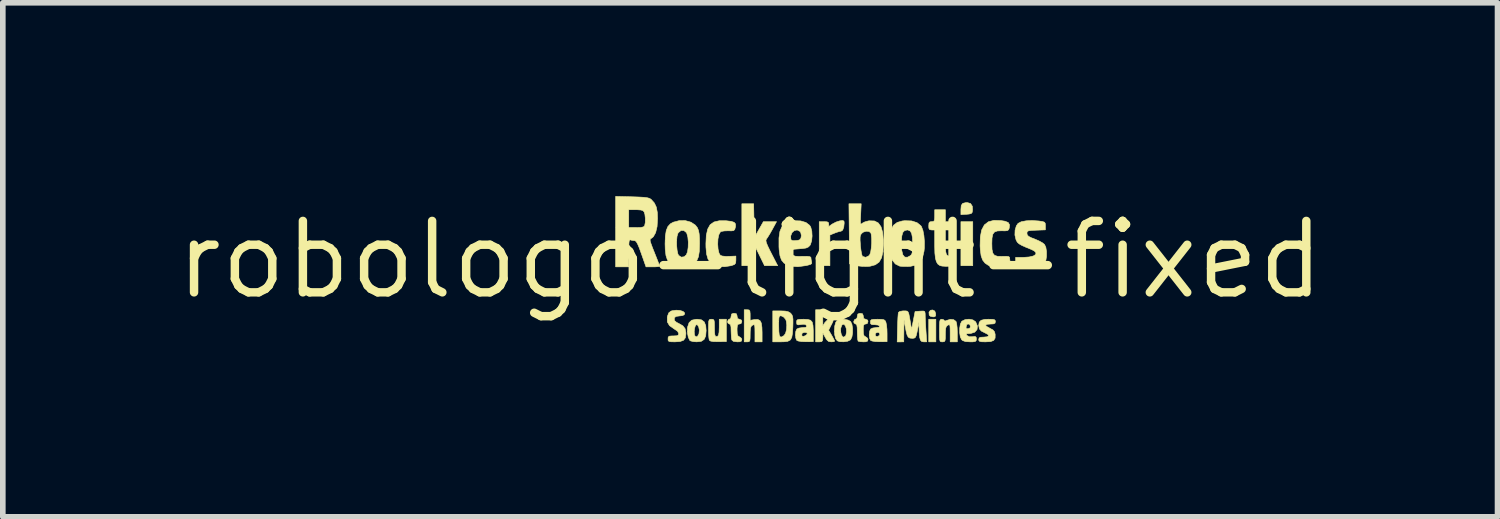
<source format=kicad_pcb>
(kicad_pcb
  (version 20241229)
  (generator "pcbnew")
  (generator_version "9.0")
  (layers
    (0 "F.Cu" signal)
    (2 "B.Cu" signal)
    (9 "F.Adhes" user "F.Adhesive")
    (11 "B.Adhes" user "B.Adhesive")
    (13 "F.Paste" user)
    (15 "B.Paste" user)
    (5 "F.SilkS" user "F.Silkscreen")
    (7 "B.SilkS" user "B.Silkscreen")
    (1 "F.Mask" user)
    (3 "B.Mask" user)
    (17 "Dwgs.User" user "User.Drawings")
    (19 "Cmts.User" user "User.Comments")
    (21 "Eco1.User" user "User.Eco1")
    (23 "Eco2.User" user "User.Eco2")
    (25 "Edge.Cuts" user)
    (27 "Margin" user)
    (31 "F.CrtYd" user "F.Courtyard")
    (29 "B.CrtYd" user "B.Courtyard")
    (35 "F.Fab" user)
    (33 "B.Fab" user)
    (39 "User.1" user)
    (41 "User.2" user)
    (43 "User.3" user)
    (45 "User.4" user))
  (footprint "robologo-light-fixed"
    (layer "F.Cu")
    (at 10.288 1.568)
    (property "Reference" "robologo-light-fixed" (at 0 0 0) (layer "F.SilkS") (effects (font (size 1.27 1.27) (thickness 0.15))))
    (attr through_hole)
    (fp_poly (pts (xy -3.143 0.47) (xy 5.592 0.449) (xy 5.648 0.396) (xy 5.732 0.342) (xy 5.821 0.329) (xy 5.893 0.347) (xy 5.96 0.388) (xy 5.998 0.447) (xy 6.011 0.534) (xy 6.011 0.551) (xy 5.993 0.641) (xy 5.944 0.709) (xy 5.872 0.75) (xy 5.783 0.76) (xy 5.7 0.741) (xy 5.655 0.71) (xy 5.616 0.664) (xy 5.579 0.607) (xy 1.164 0.622) (xy -3.251 0.637) (xy -3.292 0.547) (xy 5.738 0.547) (xy 5.748 0.568) (xy 5.766 0.583) (xy 5.812 0.598) (xy 5.85 0.578) (xy 5.863 0.536) (xy 5.847 0.503) (xy 5.81 0.493) (xy 5.769 0.51) (xy 5.761 0.517) (xy 5.738 0.547) (xy -3.292 0.547) (xy -3.343 0.435) (xy -3.434 0.233) (xy -4.165 0.228) (xy -4.361 0.226) (xy -4.519 0.224) (xy -4.643 0.222) (xy -4.738 0.219) (xy -4.808 0.216) (xy -4.856 0.211) (xy -4.887 0.205) (xy -4.906 0.198) (xy -4.917 0.188) (xy -4.919 0.185) (xy -4.931 0.14) (xy -4.919 0.111) (xy -4.91 0.102) (xy -4.895 0.094) (xy -4.869 0.088) (xy -4.828 0.083) (xy -4.768 0.079) (xy -4.685 0.077) (xy -4.575 0.075) (xy -4.433 0.075) (xy -4.257 0.074) (xy -4.107 0.074) (xy -3.319 0.074) (xy -3.143 0.47)) (stroke (width 0.01) (type solid)) (fill yes) (layer "F.Mask"))
    (fp_poly (pts (xy -3.146 -1.274) (xy -3.08 -1.223) (xy -3.041 -1.14) (xy -3.033 -1.096) (xy -3.029 -1.031) (xy -3.04 -0.987) (xy -3.073 -0.945) (xy -3.086 -0.932) (xy -3.148 -0.885) (xy -3.213 -0.868) (xy -3.226 -0.868) (xy -3.261 -0.866) (xy -3.288 -0.857) (xy -3.312 -0.833) (xy -3.341 -0.787) (xy -3.379 -0.713) (xy -3.397 -0.677) (xy -3.493 -0.487) (xy -4.202 -0.487) (xy -4.396 -0.487) (xy -4.551 -0.488) (xy -4.673 -0.489) (xy -4.764 -0.491) (xy -4.831 -0.494) (xy -4.876 -0.499) (xy -4.904 -0.505) (xy -4.919 -0.513) (xy -4.925 -0.521) (xy -4.926 -0.568) (xy -4.917 -0.59) (xy -4.907 -0.6) (xy -4.887 -0.608) (xy -4.852 -0.614) (xy -4.799 -0.619) (xy -4.723 -0.623) (xy -4.619 -0.625) (xy -4.483 -0.628) (xy -4.311 -0.629) (xy -4.247 -0.63) (xy -3.598 -0.636) (xy -3.516 -0.799) (xy -3.474 -0.888) (xy -3.452 -0.95) (xy -3.448 -0.992) (xy -3.452 -1.011) (xy -3.458 -1.057) (xy -3.301 -1.057) (xy -3.288 -1.03) (xy -3.249 -1.017) (xy -3.207 -1.036) (xy -3.199 -1.044) (xy -3.189 -1.082) (xy -3.208 -1.117) (xy -3.244 -1.134) (xy -3.266 -1.131) (xy -3.295 -1.101) (xy -3.301 -1.057) (xy -3.458 -1.057) (xy -3.463 -1.093) (xy -3.438 -1.171) (xy -3.385 -1.236) (xy -3.311 -1.279) (xy -3.238 -1.291) (xy -3.146 -1.274)) (stroke (width 0.01) (type solid)) (fill yes) (layer "F.Mask"))
    (fp_poly (pts (xy -2.865 -0.404) (xy -2.802 -0.352) (xy -2.762 -0.278) (xy -2.752 -0.212) (xy -2.762 -0.12) (xy -2.795 -0.057) (xy -2.857 -0.014) (xy -2.869 -0.009) (xy -2.935 0.014) (xy -2.985 0.017) (xy -3.04 0.000426) (xy -3.04 0.000422) (xy -3.085 -0.029) (xy -3.127 -0.072) (xy -3.17 -0.127) (xy -4.033 -0.132) (xy -4.249 -0.134) (xy -4.426 -0.135) (xy -4.568 -0.137) (xy -4.68 -0.14) (xy -4.765 -0.143) (xy -4.827 -0.147) (xy -4.869 -0.152) (xy -4.896 -0.158) (xy -4.911 -0.165) (xy -4.917 -0.172) (xy -4.927 -0.212) (xy -3.018 -0.212) (xy -3.015 -0.185) (xy -2.986 -0.155) (xy -2.945 -0.151) (xy -2.911 -0.173) (xy -2.907 -0.182) (xy -2.91 -0.223) (xy -2.924 -0.245) (xy -2.962 -0.261) (xy -2.999 -0.246) (xy -3.018 -0.212) (xy -4.927 -0.212) (xy -4.929 -0.218) (xy -4.925 -0.241) (xy -4.919 -0.249) (xy -4.904 -0.256) (xy -4.877 -0.262) (xy -4.835 -0.266) (xy -4.772 -0.27) (xy -4.687 -0.272) (xy -4.574 -0.274) (xy -4.429 -0.275) (xy -4.25 -0.275) (xy -4.044 -0.275) (xy -3.83 -0.275) (xy -3.654 -0.276) (xy -3.512 -0.276) (xy -3.401 -0.278) (xy -3.317 -0.28) (xy -3.256 -0.283) (xy -3.213 -0.287) (xy -3.185 -0.293) (xy -3.169 -0.3) (xy -3.159 -0.309) (xy -3.154 -0.317) (xy -3.107 -0.367) (xy -3.035 -0.405) (xy -2.955 -0.423) (xy -2.942 -0.423) (xy -2.865 -0.404)) (stroke (width 0.01) (type solid)) (fill yes) (layer "F.Mask"))
    (fp_poly (pts (xy -3.408 0.751) (xy -3.348 0.885) (xy -3.301 0.982) (xy -3.265 1.048) (xy -3.238 1.086) (xy -3.218 1.1) (xy -3.216 1.101) (xy -3.176 1.114) (xy -3.125 1.146) (xy -3.113 1.155) (xy -3.072 1.197) (xy -3.053 1.241) (xy -3.048 1.307) (xy -3.048 1.311) (xy -3.063 1.409) (xy -3.109 1.478) (xy -3.184 1.516) (xy -3.254 1.524) (xy -3.325 1.517) (xy -3.378 1.49) (xy -3.409 1.462) (xy -3.457 1.389) (xy -3.472 1.308) (xy -3.318 1.308) (xy -3.307 1.338) (xy -3.303 1.343) (xy -3.273 1.37) (xy -3.26 1.376) (xy -3.235 1.361) (xy -3.216 1.343) (xy -3.201 1.312) (xy -3.219 1.281) (xy -3.224 1.275) (xy -3.254 1.251) (xy -3.279 1.26) (xy -3.295 1.275) (xy -3.318 1.308) (xy -3.472 1.308) (xy -3.473 1.303) (xy -3.456 1.221) (xy -3.44 1.192) (xy -3.429 1.172) (xy -3.425 1.147) (xy -3.432 1.112) (xy -3.45 1.06) (xy -3.482 0.983) (xy -3.53 0.874) (xy -3.534 0.865) (xy -3.66 0.582) (xy -4.269 0.572) (xy -4.427 0.568) (xy -4.571 0.564) (xy -4.696 0.559) (xy -4.797 0.555) (xy -4.868 0.55) (xy -4.903 0.545) (xy -4.905 0.544) (xy -4.929 0.507) (xy -4.925 0.458) (xy -4.906 0.428) (xy -4.886 0.42) (xy -4.84 0.414) (xy -4.765 0.409) (xy -4.659 0.406) (xy -4.517 0.403) (xy -4.338 0.402) (xy -4.222 0.402) (xy -3.562 0.402) (xy -3.408 0.751)) (stroke (width 0.01) (type solid)) (fill yes) (layer "F.Mask"))
    (fp_poly (pts (xy -4.41 -1.562) (xy -4.202 -1.556) (xy -4.159 -1.43) (xy -4.135 -1.362) (xy -4.111 -1.32) (xy -4.076 -1.292) (xy -4.019 -1.266) (xy -3.984 -1.253) (xy -3.918 -1.225) (xy -3.87 -1.2) (xy -3.852 -1.183) (xy -3.861 -1.154) (xy -3.884 -1.101) (xy -3.905 -1.059) (xy -3.957 -0.955) (xy -4.078 -0.998) (xy -4.276 -1.046) (xy -4.474 -1.055) (xy -4.668 -1.026) (xy -4.852 -0.963) (xy -5.022 -0.866) (xy -5.173 -0.74) (xy -5.3 -0.586) (xy -5.399 -0.406) (xy -5.421 -0.348) (xy -5.448 -0.255) (xy -5.463 -0.152) (xy -5.469 -0.022) (xy -5.469 -0.021) (xy -5.457 0.173) (xy -5.414 0.348) (xy -5.336 0.517) (xy -5.294 0.586) (xy -5.168 0.744) (xy -5.016 0.872) (xy -4.844 0.967) (xy -4.656 1.029) (xy -4.46 1.055) (xy -4.26 1.043) (xy -4.074 0.996) (xy -4.009 0.974) (xy -3.962 0.958) (xy -3.945 0.953) (xy -3.934 0.97) (xy -3.915 1.015) (xy -3.893 1.074) (xy -3.873 1.133) (xy -3.859 1.179) (xy -3.857 1.197) (xy -3.881 1.21) (xy -3.933 1.232) (xy -3.992 1.256) (xy -4.061 1.284) (xy -4.102 1.311) (xy -4.128 1.347) (xy -4.15 1.406) (xy -4.154 1.418) (xy -4.179 1.484) (xy -4.203 1.532) (xy -4.217 1.549) (xy -4.254 1.559) (xy -4.32 1.565) (xy -4.401 1.567) (xy -4.486 1.565) (xy -4.565 1.56) (xy -4.624 1.551) (xy -4.651 1.54) (xy -4.673 1.499) (xy -4.687 1.46) (xy -4.714 1.374) (xy -4.743 1.32) (xy -4.779 1.287) (xy -4.823 1.268) (xy -4.888 1.244) (xy -4.967 1.212) (xy -5.011 1.192) (xy -5.122 1.142) (xy -5.23 1.197) (xy -5.308 1.229) (xy -5.368 1.242) (xy -5.386 1.24) (xy -5.423 1.219) (xy -5.476 1.176) (xy -5.536 1.119) (xy -5.594 1.057) (xy -5.641 1) (xy -5.669 0.957) (xy -5.673 0.943) (xy -5.663 0.906) (xy -5.639 0.848) (xy -5.618 0.805) (xy -5.564 0.702) (xy -5.627 0.557) (xy -5.659 0.48) (xy -5.686 0.412) (xy -5.702 0.369) (xy -5.703 0.367) (xy -5.731 0.329) (xy -5.781 0.298) (xy -5.784 0.297) (xy -5.855 0.269) (xy -5.922 0.242) (xy -5.992 0.212) (xy -5.986 -0.005) (xy -5.98 -0.222) (xy -5.854 -0.267) (xy -5.777 -0.299) (xy -5.727 -0.333) (xy -5.712 -0.351) (xy -5.696 -0.39) (xy -5.669 -0.454) (xy -5.636 -0.532) (xy -5.631 -0.545) (xy -5.566 -0.698) (xy -5.621 -0.806) (xy -5.653 -0.884) (xy -5.666 -0.944) (xy -5.664 -0.962) (xy -5.643 -1) (xy -5.6 -1.053) (xy -5.542 -1.112) (xy -5.481 -1.17) (xy -5.424 -1.217) (xy -5.38 -1.245) (xy -5.367 -1.249) (xy -5.329 -1.24) (xy -5.271 -1.216) (xy -5.231 -1.197) (xy -5.13 -1.146) (xy -4.941 -1.222) (xy -4.858 -1.257) (xy -4.789 -1.288) (xy -4.746 -1.312) (xy -4.736 -1.321) (xy -4.721 -1.355) (xy -4.702 -1.412) (xy -4.696 -1.433) (xy -4.676 -1.494) (xy -4.653 -1.538) (xy -4.646 -1.545) (xy -4.611 -1.556) (xy -4.542 -1.562) (xy -4.445 -1.563) (xy -4.41 -1.562)) (stroke (width 0.01) (type solid)) (fill yes) (layer "F.Mask"))
    (fp_poly (pts (xy 3.302 1.46) (xy 3.175 1.46) (xy 3.175 1.058) (xy 3.302 1.058) (xy 3.302 1.46)) (stroke (width 0.01) (type solid)) (fill yes) (layer "F.SilkS"))
    (fp_poly (pts (xy 3.958 0.106) (xy 3.747 0.106) (xy 3.747 -0.677) (xy 3.958 -0.677) (xy 3.958 0.106)) (stroke (width 0.01) (type solid)) (fill yes) (layer "F.SilkS"))
    (fp_poly (pts (xy 3.283 0.913) (xy 3.298 0.958) (xy 3.297 1) (xy 3.274 1.015) (xy 3.25 1.016) (xy 3.204 1.005) (xy 3.183 0.984) (xy 3.179 0.933) (xy 3.205 0.899) (xy 3.244 0.893) (xy 3.283 0.913)) (stroke (width 0.01) (type solid)) (fill yes) (layer "F.SilkS"))
    (fp_poly (pts (xy 3.919 -0.999) (xy 3.95 -0.951) (xy 3.954 -0.885) (xy 3.948 -0.843) (xy 3.93 -0.821) (xy 3.89 -0.812) (xy 3.847 -0.808) (xy 3.747 -0.802) (xy 3.747 -0.896) (xy 3.753 -0.965) (xy 3.779 -1.002) (xy 3.832 -1.015) (xy 3.862 -1.016) (xy 3.919 -0.999)) (stroke (width 0.01) (type solid)) (fill yes) (layer "F.SilkS"))
    (fp_poly (pts (xy 0.074 -0.392) (xy 0.154 -0.534) (xy 0.235 -0.677) (xy 0.469 -0.677) (xy 0.391 -0.534) (xy 0.35 -0.462) (xy 0.313 -0.402) (xy 0.289 -0.367) (xy 0.287 -0.364) (xy 0.28 -0.344) (xy 0.286 -0.308) (xy 0.309 -0.25) (xy 0.35 -0.165) (xy 0.375 -0.116) (xy 0.489 0.106) (xy 0.256 0.106) (xy 0.074 -0.265) (xy 0.068 -0.079) (xy 0.062 0.106) (xy -0.148 0.106) (xy -0.148 -0.995) (xy 0.062 -0.995) (xy 0.074 -0.392)) (stroke (width 0.01) (type solid)) (fill yes) (layer "F.SilkS"))
    (fp_poly (pts (xy 1.668 -0.686) (xy 1.672 -0.654) (xy 1.664 -0.579) (xy 1.645 -0.527) (xy 1.617 -0.508) (xy 1.581 -0.501) (xy 1.524 -0.482) (xy 1.503 -0.474) (xy 1.418 -0.44) (xy 1.418 0.106) (xy 1.228 0.106) (xy 1.228 -0.677) (xy 1.312 -0.677) (xy 1.368 -0.674) (xy 1.392 -0.66) (xy 1.397 -0.634) (xy 1.397 -0.59) (xy 1.46 -0.635) (xy 1.527 -0.67) (xy 1.597 -0.692) (xy 1.598 -0.692) (xy 1.647 -0.697) (xy 1.668 -0.686)) (stroke (width 0.01) (type solid)) (fill yes) (layer "F.SilkS"))
    (fp_poly (pts (xy 1.292 1.175) (xy 1.328 1.117) (xy 1.374 1.07) (xy 1.423 1.058) (xy 1.462 1.06) (xy 1.477 1.071) (xy 1.471 1.1) (xy 1.444 1.156) (xy 1.438 1.166) (xy 1.395 1.252) (xy 1.449 1.344) (xy 1.48 1.399) (xy 1.499 1.438) (xy 1.503 1.448) (xy 1.484 1.457) (xy 1.44 1.46) (xy 1.44 1.46) (xy 1.394 1.453) (xy 1.36 1.422) (xy 1.335 1.381) (xy 1.293 1.302) (xy 1.292 1.381) (xy 1.288 1.433) (xy 1.272 1.456) (xy 1.234 1.46) (xy 1.228 1.46) (xy 1.164 1.46) (xy 1.164 0.889) (xy 1.291 0.889) (xy 1.292 1.175)) (stroke (width 0.01) (type solid)) (fill yes) (layer "F.SilkS"))
    (fp_poly (pts (xy -0.423 1.455) (xy -0.57 1.457) (xy -0.653 1.455) (xy -0.702 1.447) (xy -0.725 1.432) (xy -0.728 1.426) (xy -0.734 1.39) (xy -0.739 1.325) (xy -0.741 1.243) (xy -0.741 1.226) (xy -0.74 1.142) (xy -0.737 1.093) (xy -0.727 1.068) (xy -0.71 1.059) (xy -0.688 1.058) (xy -0.66 1.061) (xy -0.644 1.074) (xy -0.637 1.107) (xy -0.635 1.169) (xy -0.635 1.203) (xy -0.633 1.29) (xy -0.627 1.341) (xy -0.613 1.364) (xy -0.59 1.365) (xy -0.58 1.362) (xy -0.563 1.34) (xy -0.553 1.289) (xy -0.55 1.204) (xy -0.55 1.058) (xy -0.423 1.058) (xy -0.423 1.455)) (stroke (width 0.01) (type solid)) (fill yes) (layer "F.SilkS"))
    (fp_poly (pts (xy -0.02 0.893) (xy -0.005 0.913) (xy -0.000171 0.959) (xy 0 0.983) (xy 0 1.077) (xy 0.077 1.064) (xy 0.135 1.062) (xy 0.174 1.081) (xy 0.198 1.126) (xy 0.209 1.202) (xy 0.212 1.295) (xy 0.212 1.46) (xy 0.085 1.46) (xy 0.085 1.301) (xy 0.084 1.221) (xy 0.081 1.175) (xy 0.072 1.156) (xy 0.056 1.158) (xy 0.042 1.164) (xy 0.019 1.183) (xy 0.006 1.217) (xy 0.001 1.275) (xy 0 1.324) (xy -0.001 1.397) (xy -0.006 1.438) (xy -0.02 1.456) (xy -0.045 1.46) (xy -0.053 1.46) (xy -0.106 1.46) (xy -0.106 0.889) (xy -0.053 0.889) (xy -0.02 0.893)) (stroke (width 0.01) (type solid)) (fill yes) (layer "F.SilkS"))
    (fp_poly (pts (xy -0.865 1.069) (xy -0.816 1.106) (xy -0.79 1.172) (xy -0.783 1.259) (xy -0.791 1.356) (xy -0.819 1.417) (xy -0.87 1.451) (xy -0.951 1.46) (xy -0.951 1.46) (xy -1.016 1.455) (xy -1.063 1.442) (xy -1.074 1.434) (xy -1.1 1.379) (xy -1.115 1.301) (xy -1.115 1.276) (xy -0.995 1.276) (xy -0.991 1.331) (xy -0.986 1.348) (xy -0.963 1.372) (xy -0.936 1.361) (xy -0.912 1.32) (xy -0.91 1.311) (xy -0.904 1.25) (xy -0.915 1.194) (xy -0.937 1.159) (xy -0.953 1.154) (xy -0.974 1.172) (xy -0.988 1.218) (xy -0.995 1.276) (xy -1.115 1.276) (xy -1.116 1.22) (xy -1.112 1.195) (xy -1.086 1.119) (xy -1.039 1.075) (xy -0.963 1.059) (xy -0.942 1.058) (xy -0.865 1.069)) (stroke (width 0.01) (type solid)) (fill yes) (layer "F.SilkS"))
    (fp_poly (pts (xy 1.74 1.072) (xy 1.785 1.097) (xy 1.785 1.097) (xy 1.809 1.147) (xy 1.821 1.22) (xy 1.821 1.301) (xy 1.809 1.373) (xy 1.785 1.422) (xy 1.782 1.425) (xy 1.733 1.449) (xy 1.663 1.459) (xy 1.594 1.457) (xy 1.549 1.442) (xy 1.52 1.402) (xy 1.503 1.336) (xy 1.499 1.277) (xy 1.609 1.277) (xy 1.621 1.332) (xy 1.643 1.369) (xy 1.662 1.376) (xy 1.692 1.359) (xy 1.702 1.342) (xy 1.713 1.286) (xy 1.71 1.229) (xy 1.695 1.181) (xy 1.673 1.151) (xy 1.647 1.147) (xy 1.629 1.166) (xy 1.611 1.216) (xy 1.609 1.277) (xy 1.499 1.277) (xy 1.498 1.256) (xy 1.504 1.177) (xy 1.522 1.112) (xy 1.548 1.077) (xy 1.602 1.06) (xy 1.673 1.059) (xy 1.74 1.072)) (stroke (width 0.01) (type solid)) (fill yes) (layer "F.SilkS"))
    (fp_poly (pts (xy 0.622 0.913) (xy 0.675 0.924) (xy 0.712 0.945) (xy 0.722 0.954) (xy 0.742 0.979) (xy 0.755 1.01) (xy 0.761 1.056) (xy 0.761 1.127) (xy 0.759 1.2) (xy 0.752 1.309) (xy 0.739 1.382) (xy 0.713 1.427) (xy 0.667 1.451) (xy 0.597 1.459) (xy 0.536 1.46) (xy 0.402 1.46) (xy 0.402 1.17) (xy 0.508 1.17) (xy 0.51 1.273) (xy 0.517 1.338) (xy 0.532 1.37) (xy 0.557 1.374) (xy 0.594 1.353) (xy 0.602 1.348) (xy 0.63 1.306) (xy 0.647 1.238) (xy 0.651 1.161) (xy 0.642 1.09) (xy 0.63 1.058) (xy 0.593 1.017) (xy 0.555 0.999) (xy 0.532 0.998) (xy 0.518 1.008) (xy 0.511 1.037) (xy 0.508 1.094) (xy 0.508 1.17) (xy 0.402 1.17) (xy 0.402 0.91) (xy 0.54 0.91) (xy 0.622 0.913)) (stroke (width 0.01) (type solid)) (fill yes) (layer "F.SilkS"))
    (fp_poly (pts (xy 4.307 1.06) (xy 4.344 1.067) (xy 4.358 1.083) (xy 4.36 1.101) (xy 4.353 1.129) (xy 4.323 1.141) (xy 4.279 1.143) (xy 4.212 1.148) (xy 4.186 1.161) (xy 4.201 1.184) (xy 4.258 1.216) (xy 4.259 1.217) (xy 4.317 1.249) (xy 4.345 1.282) (xy 4.356 1.328) (xy 4.356 1.33) (xy 4.355 1.394) (xy 4.33 1.434) (xy 4.277 1.455) (xy 4.188 1.46) (xy 4.118 1.459) (xy 4.081 1.452) (xy 4.066 1.436) (xy 4.064 1.418) (xy 4.071 1.39) (xy 4.1 1.378) (xy 4.147 1.376) (xy 4.214 1.37) (xy 4.241 1.353) (xy 4.228 1.329) (xy 4.177 1.302) (xy 4.11 1.268) (xy 4.076 1.23) (xy 4.065 1.177) (xy 4.064 1.163) (xy 4.073 1.11) (xy 4.106 1.077) (xy 4.168 1.061) (xy 4.238 1.058) (xy 4.307 1.06)) (stroke (width 0.01) (type solid)) (fill yes) (layer "F.SilkS"))
    (fp_poly (pts (xy -0.245 0.961) (xy -0.233 0.996) (xy -0.233 1.005) (xy -0.223 1.047) (xy -0.191 1.058) (xy -0.155 1.073) (xy -0.148 1.101) (xy -0.163 1.136) (xy -0.191 1.143) (xy -0.216 1.148) (xy -0.228 1.172) (xy -0.233 1.223) (xy -0.233 1.251) (xy -0.23 1.317) (xy -0.219 1.352) (xy -0.196 1.368) (xy -0.191 1.37) (xy -0.156 1.396) (xy -0.148 1.421) (xy -0.156 1.447) (xy -0.188 1.459) (xy -0.231 1.46) (xy -0.297 1.452) (xy -0.326 1.427) (xy -0.333 1.388) (xy -0.337 1.324) (xy -0.339 1.268) (xy -0.341 1.195) (xy -0.35 1.156) (xy -0.367 1.143) (xy -0.37 1.143) (xy -0.396 1.125) (xy -0.402 1.101) (xy -0.389 1.066) (xy -0.37 1.058) (xy -0.345 1.04) (xy -0.339 1.005) (xy -0.33 0.965) (xy -0.296 0.953) (xy -0.286 0.953) (xy -0.245 0.961)) (stroke (width 0.01) (type solid)) (fill yes) (layer "F.SilkS"))
    (fp_poly (pts (xy 3.442 1.068) (xy 3.45 1.08) (xy 3.463 1.091) (xy 3.491 1.08) (xy 3.557 1.06) (xy 3.618 1.066) (xy 3.659 1.096) (xy 3.661 1.099) (xy 3.672 1.14) (xy 3.68 1.209) (xy 3.683 1.291) (xy 3.683 1.3) (xy 3.683 1.46) (xy 3.556 1.46) (xy 3.556 1.301) (xy 3.555 1.221) (xy 3.552 1.175) (xy 3.543 1.156) (xy 3.527 1.158) (xy 3.514 1.164) (xy 3.49 1.183) (xy 3.477 1.217) (xy 3.472 1.275) (xy 3.471 1.324) (xy 3.47 1.397) (xy 3.465 1.438) (xy 3.452 1.456) (xy 3.427 1.46) (xy 3.418 1.46) (xy 3.394 1.459) (xy 3.378 1.45) (xy 3.37 1.424) (xy 3.366 1.375) (xy 3.366 1.293) (xy 3.365 1.259) (xy 3.366 1.166) (xy 3.369 1.107) (xy 3.376 1.075) (xy 3.389 1.061) (xy 3.408 1.058) (xy 3.442 1.068)) (stroke (width 0.01) (type solid)) (fill yes) (layer "F.SilkS"))
    (fp_poly (pts (xy -0.428 -0.693) (xy -0.427 -0.693) (xy -0.338 -0.682) (xy -0.285 -0.665) (xy -0.261 -0.637) (xy -0.26 -0.594) (xy -0.264 -0.575) (xy -0.274 -0.538) (xy -0.293 -0.519) (xy -0.331 -0.513) (xy -0.392 -0.515) (xy -0.462 -0.512) (xy -0.514 -0.503) (xy -0.53 -0.494) (xy -0.557 -0.444) (xy -0.573 -0.367) (xy -0.577 -0.278) (xy -0.571 -0.19) (xy -0.554 -0.117) (xy -0.531 -0.079) (xy -0.497 -0.066) (xy -0.434 -0.059) (xy -0.381 -0.06) (xy -0.254 -0.065) (xy -0.254 0.009) (xy -0.258 0.058) (xy -0.279 0.085) (xy -0.329 0.103) (xy -0.333 0.105) (xy -0.454 0.124) (xy -0.568 0.118) (xy -0.649 0.093) (xy -0.709 0.051) (xy -0.75 -0.012) (xy -0.775 -0.1) (xy -0.786 -0.221) (xy -0.787 -0.286) (xy -0.78 -0.434) (xy -0.755 -0.545) (xy -0.711 -0.623) (xy -0.643 -0.671) (xy -0.55 -0.693) (xy -0.428 -0.693)) (stroke (width 0.01) (type solid)) (fill yes) (layer "F.SilkS"))
    (fp_poly (pts (xy 1.998 0.961) (xy 2.011 0.996) (xy 2.011 1.005) (xy 2.021 1.047) (xy 2.053 1.058) (xy 2.089 1.073) (xy 2.095 1.101) (xy 2.081 1.136) (xy 2.053 1.143) (xy 2.028 1.148) (xy 2.015 1.172) (xy 2.011 1.223) (xy 2.011 1.251) (xy 2.014 1.317) (xy 2.025 1.352) (xy 2.048 1.368) (xy 2.053 1.37) (xy 2.088 1.396) (xy 2.095 1.421) (xy 2.087 1.447) (xy 2.055 1.459) (xy 2.014 1.46) (xy 1.958 1.457) (xy 1.923 1.449) (xy 1.919 1.446) (xy 1.912 1.42) (xy 1.907 1.363) (xy 1.905 1.288) (xy 1.905 1.288) (xy 1.903 1.208) (xy 1.896 1.163) (xy 1.882 1.145) (xy 1.873 1.143) (xy 1.847 1.125) (xy 1.841 1.101) (xy 1.855 1.066) (xy 1.873 1.058) (xy 1.899 1.04) (xy 1.905 1.005) (xy 1.914 0.965) (xy 1.948 0.953) (xy 1.958 0.953) (xy 1.998 0.961)) (stroke (width 0.01) (type solid)) (fill yes) (layer "F.SilkS"))
    (fp_poly (pts (xy 2.337 1.06) (xy 2.378 1.067) (xy 2.401 1.085) (xy 2.414 1.113) (xy 2.424 1.162) (xy 2.432 1.236) (xy 2.434 1.312) (xy 2.434 1.457) (xy 2.3 1.458) (xy 2.224 1.455) (xy 2.166 1.445) (xy 2.141 1.434) (xy 2.123 1.393) (xy 2.118 1.34) (xy 2.223 1.34) (xy 2.235 1.36) (xy 2.265 1.366) (xy 2.295 1.347) (xy 2.307 1.321) (xy 2.29 1.297) (xy 2.265 1.291) (xy 2.23 1.306) (xy 2.223 1.34) (xy 2.118 1.34) (xy 2.117 1.332) (xy 2.124 1.271) (xy 2.142 1.232) (xy 2.18 1.214) (xy 2.236 1.207) (xy 2.239 1.206) (xy 2.29 1.2) (xy 2.302 1.181) (xy 2.301 1.18) (xy 2.275 1.162) (xy 2.222 1.156) (xy 2.215 1.156) (xy 2.164 1.154) (xy 2.142 1.139) (xy 2.138 1.108) (xy 2.141 1.081) (xy 2.157 1.066) (xy 2.195 1.06) (xy 2.265 1.058) (xy 2.337 1.06)) (stroke (width 0.01) (type solid)) (fill yes) (layer "F.SilkS"))
    (fp_poly (pts (xy 4.459 -0.696) (xy 4.529 -0.685) (xy 4.588 -0.662) (xy 4.612 -0.62) (xy 4.606 -0.562) (xy 4.595 -0.533) (xy 4.573 -0.518) (xy 4.529 -0.513) (xy 4.475 -0.515) (xy 4.397 -0.512) (xy 4.345 -0.494) (xy 4.315 -0.455) (xy 4.3 -0.386) (xy 4.297 -0.286) (xy 4.3 -0.183) (xy 4.315 -0.116) (xy 4.345 -0.078) (xy 4.398 -0.061) (xy 4.478 -0.059) (xy 4.485 -0.06) (xy 4.557 -0.061) (xy 4.596 -0.056) (xy 4.612 -0.043) (xy 4.614 -0.023) (xy 4.62 0.028) (xy 4.626 0.048) (xy 4.617 0.074) (xy 4.576 0.096) (xy 4.512 0.112) (xy 4.436 0.122) (xy 4.357 0.124) (xy 4.286 0.116) (xy 4.235 0.1) (xy 4.175 0.059) (xy 4.133 0.005) (xy 4.106 -0.071) (xy 4.092 -0.177) (xy 4.088 -0.247) (xy 4.092 -0.406) (xy 4.116 -0.529) (xy 4.164 -0.619) (xy 4.236 -0.675) (xy 4.334 -0.7) (xy 4.459 -0.696)) (stroke (width 0.01) (type solid)) (fill yes) (layer "F.SilkS"))
    (fp_poly (pts (xy 3.96 1.07) (xy 4.008 1.103) (xy 4.01 1.105) (xy 4.041 1.178) (xy 4.034 1.241) (xy 3.993 1.288) (xy 3.922 1.311) (xy 3.901 1.312) (xy 3.853 1.315) (xy 3.841 1.325) (xy 3.854 1.346) (xy 3.896 1.37) (xy 3.952 1.369) (xy 3.999 1.364) (xy 4.018 1.378) (xy 4.022 1.409) (xy 4.018 1.439) (xy 4.001 1.454) (xy 3.96 1.46) (xy 3.909 1.46) (xy 3.828 1.455) (xy 3.778 1.437) (xy 3.76 1.422) (xy 3.736 1.372) (xy 3.725 1.299) (xy 3.725 1.218) (xy 3.729 1.194) (xy 3.839 1.194) (xy 3.841 1.221) (xy 3.871 1.228) (xy 3.908 1.214) (xy 3.916 1.185) (xy 3.903 1.151) (xy 3.884 1.143) (xy 3.856 1.148) (xy 3.852 1.152) (xy 3.846 1.177) (xy 3.839 1.194) (xy 3.729 1.194) (xy 3.737 1.145) (xy 3.761 1.096) (xy 3.764 1.093) (xy 3.821 1.065) (xy 3.892 1.057) (xy 3.96 1.07)) (stroke (width 0.01) (type solid)) (fill yes) (layer "F.SilkS"))
    (fp_poly (pts (xy -1.247 0.902) (xy -1.193 0.919) (xy -1.165 0.946) (xy -1.164 0.954) (xy -1.174 0.98) (xy -1.209 0.994) (xy -1.254 0.999) (xy -1.314 1.007) (xy -1.342 1.026) (xy -1.35 1.049) (xy -1.344 1.083) (xy -1.31 1.113) (xy -1.27 1.133) (xy -1.197 1.175) (xy -1.157 1.226) (xy -1.143 1.298) (xy -1.143 1.32) (xy -1.153 1.389) (xy -1.185 1.432) (xy -1.246 1.454) (xy -1.335 1.46) (xy -1.405 1.459) (xy -1.442 1.453) (xy -1.458 1.437) (xy -1.46 1.408) (xy -1.46 1.408) (xy -1.457 1.375) (xy -1.437 1.359) (xy -1.391 1.355) (xy -1.365 1.355) (xy -1.306 1.352) (xy -1.278 1.34) (xy -1.27 1.315) (xy -1.27 1.313) (xy -1.291 1.271) (xy -1.353 1.229) (xy -1.356 1.227) (xy -1.434 1.172) (xy -1.473 1.106) (xy -1.474 1.023) (xy -1.469 1.001) (xy -1.447 0.944) (xy -1.409 0.914) (xy -1.387 0.907) (xy -1.315 0.897) (xy -1.247 0.902)) (stroke (width 0.01) (type solid)) (fill yes) (layer "F.SilkS"))
    (fp_poly (pts (xy 1.025 1.062) (xy 1.074 1.076) (xy 1.103 1.109) (xy 1.117 1.168) (xy 1.122 1.26) (xy 1.122 1.299) (xy 1.122 1.457) (xy 0.988 1.458) (xy 0.912 1.455) (xy 0.854 1.445) (xy 0.829 1.434) (xy 0.811 1.393) (xy 0.807 1.348) (xy 0.918 1.348) (xy 0.921 1.355) (xy 0.946 1.363) (xy 0.982 1.35) (xy 1.011 1.326) (xy 1.016 1.312) (xy 0.999 1.295) (xy 0.964 1.292) (xy 0.93 1.303) (xy 0.921 1.312) (xy 0.918 1.348) (xy 0.807 1.348) (xy 0.805 1.332) (xy 0.812 1.271) (xy 0.83 1.232) (xy 0.867 1.215) (xy 0.924 1.207) (xy 0.935 1.206) (xy 0.987 1.203) (xy 1.005 1.19) (xy 1.002 1.173) (xy 0.983 1.151) (xy 0.942 1.147) (xy 0.907 1.152) (xy 0.854 1.158) (xy 0.831 1.149) (xy 0.826 1.121) (xy 0.826 1.111) (xy 0.828 1.082) (xy 0.843 1.066) (xy 0.88 1.06) (xy 0.948 1.058) (xy 0.952 1.058) (xy 1.025 1.062)) (stroke (width 0.01) (type solid)) (fill yes) (layer "F.SilkS"))
    (fp_poly (pts (xy -1.15 -0.695) (xy -1.052 -0.667) (xy -0.974 -0.615) (xy -0.938 -0.568) (xy -0.919 -0.521) (xy -0.907 -0.461) (xy -0.901 -0.377) (xy -0.9 -0.286) (xy -0.904 -0.151) (xy -0.92 -0.052) (xy -0.95 0.019) (xy -0.996 0.068) (xy -1.048 0.097) (xy -1.15 0.122) (xy -1.262 0.122) (xy -1.364 0.098) (xy -1.369 0.096) (xy -1.429 0.059) (xy -1.471 0.005) (xy -1.497 -0.074) (xy -1.51 -0.182) (xy -1.513 -0.286) (xy -1.511 -0.336) (xy -1.308 -0.336) (xy -1.307 -0.249) (xy -1.299 -0.167) (xy -1.285 -0.103) (xy -1.272 -0.077) (xy -1.225 -0.046) (xy -1.173 -0.053) (xy -1.134 -0.089) (xy -1.113 -0.144) (xy -1.102 -0.224) (xy -1.1 -0.315) (xy -1.108 -0.402) (xy -1.126 -0.467) (xy -1.134 -0.483) (xy -1.18 -0.52) (xy -1.231 -0.519) (xy -1.276 -0.482) (xy -1.286 -0.466) (xy -1.301 -0.413) (xy -1.308 -0.336) (xy -1.511 -0.336) (xy -1.508 -0.42) (xy -1.492 -0.519) (xy -1.463 -0.59) (xy -1.417 -0.64) (xy -1.365 -0.668) (xy -1.258 -0.696) (xy -1.15 -0.695)) (stroke (width 0.01) (type solid)) (fill yes) (layer "F.SilkS"))
    (fp_poly (pts (xy 2.87 -0.69) (xy 2.967 -0.659) (xy 3.035 -0.604) (xy 3.045 -0.59) (xy 3.071 -0.524) (xy 3.089 -0.43) (xy 3.098 -0.321) (xy 3.097 -0.21) (xy 3.091 -0.15) (xy 3.064 -0.034) (xy 3.018 0.045) (xy 2.949 0.094) (xy 2.852 0.117) (xy 2.821 0.119) (xy 2.746 0.12) (xy 2.683 0.117) (xy 2.656 0.113) (xy 2.581 0.075) (xy 2.527 0.007) (xy 2.493 -0.095) (xy 2.478 -0.231) (xy 2.477 -0.286) (xy 2.688 -0.286) (xy 2.695 -0.166) (xy 2.715 -0.086) (xy 2.749 -0.046) (xy 2.797 -0.045) (xy 2.848 -0.072) (xy 2.869 -0.093) (xy 2.881 -0.126) (xy 2.887 -0.18) (xy 2.889 -0.265) (xy 2.889 -0.281) (xy 2.885 -0.392) (xy 2.871 -0.468) (xy 2.845 -0.511) (xy 2.806 -0.528) (xy 2.793 -0.529) (xy 2.746 -0.519) (xy 2.714 -0.485) (xy 2.696 -0.422) (xy 2.689 -0.325) (xy 2.688 -0.286) (xy 2.477 -0.286) (xy 2.484 -0.43) (xy 2.507 -0.538) (xy 2.549 -0.614) (xy 2.614 -0.663) (xy 2.703 -0.689) (xy 2.75 -0.694) (xy 2.87 -0.69)) (stroke (width 0.01) (type solid)) (fill yes) (layer "F.SilkS"))
    (fp_poly (pts (xy 3.471 -0.677) (xy 3.556 -0.677) (xy 3.61 -0.675) (xy 3.634 -0.661) (xy 3.64 -0.625) (xy 3.641 -0.603) (xy 3.638 -0.556) (xy 3.622 -0.535) (xy 3.581 -0.529) (xy 3.556 -0.529) (xy 3.471 -0.529) (xy 3.471 -0.33) (xy 3.472 -0.219) (xy 3.477 -0.144) (xy 3.488 -0.098) (xy 3.507 -0.073) (xy 3.536 -0.064) (xy 3.556 -0.064) (xy 3.597 -0.057) (xy 3.618 -0.031) (xy 3.629 0.013) (xy 3.636 0.065) (xy 3.636 0.096) (xy 3.634 0.098) (xy 3.603 0.109) (xy 3.545 0.116) (xy 3.477 0.117) (xy 3.414 0.113) (xy 3.373 0.104) (xy 3.373 0.103) (xy 3.337 0.077) (xy 3.311 0.035) (xy 3.294 -0.027) (xy 3.284 -0.118) (xy 3.281 -0.242) (xy 3.281 -0.276) (xy 3.281 -0.529) (xy 3.228 -0.529) (xy 3.192 -0.535) (xy 3.177 -0.56) (xy 3.175 -0.603) (xy 3.179 -0.653) (xy 3.197 -0.674) (xy 3.228 -0.677) (xy 3.259 -0.681) (xy 3.275 -0.698) (xy 3.28 -0.741) (xy 3.281 -0.783) (xy 3.281 -0.889) (xy 3.471 -0.889) (xy 3.471 -0.677)) (stroke (width 0.01) (type solid)) (fill yes) (layer "F.SilkS"))
    (fp_poly (pts (xy 2.791 0.914) (xy 2.808 0.929) (xy 2.821 0.962) (xy 2.833 1.021) (xy 2.849 1.112) (xy 2.854 1.143) (xy 2.87 1.238) (xy 2.932 0.921) (xy 3.022 0.914) (xy 3.078 0.912) (xy 3.104 0.921) (xy 3.111 0.951) (xy 3.112 0.978) (xy 3.113 1.03) (xy 3.117 1.11) (xy 3.122 1.206) (xy 3.125 1.254) (xy 3.139 1.46) (xy 3.085 1.46) (xy 3.05 1.454) (xy 3.027 1.429) (xy 3.013 1.379) (xy 3.005 1.297) (xy 3.004 1.238) (xy 3.001 1.111) (xy 2.983 1.206) (xy 2.965 1.296) (xy 2.951 1.352) (xy 2.936 1.382) (xy 2.916 1.394) (xy 2.886 1.397) (xy 2.88 1.397) (xy 2.839 1.393) (xy 2.811 1.377) (xy 2.79 1.339) (xy 2.773 1.274) (xy 2.76 1.207) (xy 2.735 1.069) (xy 2.733 1.265) (xy 2.731 1.46) (xy 2.672 1.461) (xy 2.614 1.461) (xy 2.62 1.212) (xy 2.623 1.112) (xy 2.627 1.026) (xy 2.632 0.964) (xy 2.636 0.937) (xy 2.661 0.919) (xy 2.715 0.91) (xy 2.729 0.91) (xy 2.766 0.91) (xy 2.791 0.914)) (stroke (width 0.01) (type solid)) (fill yes) (layer "F.SilkS"))
    (fp_poly (pts (xy 1.965 -0.805) (xy 1.961 -0.715) (xy 1.961 -0.662) (xy 1.965 -0.637) (xy 1.976 -0.635) (xy 1.993 -0.649) (xy 2.037 -0.672) (xy 2.102 -0.69) (xy 2.121 -0.692) (xy 2.21 -0.689) (xy 2.278 -0.654) (xy 2.326 -0.587) (xy 2.356 -0.485) (xy 2.368 -0.347) (xy 2.369 -0.286) (xy 2.36 -0.142) (xy 2.336 -0.034) (xy 2.292 0.042) (xy 2.225 0.09) (xy 2.134 0.115) (xy 2.08 0.12) (xy 1.991 0.118) (xy 1.902 0.108) (xy 1.863 0.1) (xy 1.767 0.074) (xy 1.763 -0.349) (xy 1.954 -0.349) (xy 1.96 -0.262) (xy 1.96 -0.252) (xy 1.97 -0.168) (xy 1.982 -0.102) (xy 1.994 -0.063) (xy 1.998 -0.059) (xy 2.054 -0.043) (xy 2.106 -0.067) (xy 2.126 -0.089) (xy 2.142 -0.134) (xy 2.153 -0.206) (xy 2.16 -0.292) (xy 2.16 -0.377) (xy 2.153 -0.447) (xy 2.146 -0.475) (xy 2.116 -0.501) (xy 2.067 -0.507) (xy 2.014 -0.492) (xy 1.982 -0.468) (xy 1.964 -0.442) (xy 1.955 -0.406) (xy 1.954 -0.349) (xy 1.763 -0.349) (xy 1.756 -0.995) (xy 1.865 -0.995) (xy 1.974 -0.995) (xy 1.965 -0.805)) (stroke (width 0.01) (type solid)) (fill yes) (layer "F.SilkS"))
    (fp_poly (pts (xy 5.132 -0.689) (xy 5.199 -0.679) (xy 5.234 -0.667) (xy 5.247 -0.645) (xy 5.249 -0.606) (xy 5.249 -0.603) (xy 5.249 -0.531) (xy 5.085 -0.525) (xy 5.003 -0.521) (xy 4.954 -0.515) (xy 4.93 -0.504) (xy 4.922 -0.485) (xy 4.921 -0.469) (xy 4.927 -0.44) (xy 4.951 -0.415) (xy 5.001 -0.39) (xy 5.059 -0.368) (xy 5.135 -0.335) (xy 5.198 -0.3) (xy 5.233 -0.272) (xy 5.257 -0.221) (xy 5.269 -0.145) (xy 5.269 -0.062) (xy 5.258 0.01) (xy 5.24 0.048) (xy 5.184 0.09) (xy 5.093 0.115) (xy 4.97 0.124) (xy 4.82 0.115) (xy 4.789 0.112) (xy 4.742 0.101) (xy 4.723 0.077) (xy 4.72 0.03) (xy 4.72 -0.042) (xy 4.859 -0.042) (xy 4.96 -0.049) (xy 5.033 -0.066) (xy 5.075 -0.092) (xy 5.082 -0.123) (xy 5.052 -0.156) (xy 5.001 -0.182) (xy 4.898 -0.224) (xy 4.827 -0.256) (xy 4.781 -0.283) (xy 4.752 -0.309) (xy 4.733 -0.341) (xy 4.726 -0.358) (xy 4.707 -0.439) (xy 4.71 -0.526) (xy 4.733 -0.603) (xy 4.763 -0.646) (xy 4.819 -0.675) (xy 4.907 -0.692) (xy 5.015 -0.697) (xy 5.132 -0.689)) (stroke (width 0.01) (type solid)) (fill yes) (layer "F.SilkS"))
    (fp_poly (pts (xy 0.898 -0.69) (xy 0.992 -0.662) (xy 1.058 -0.611) (xy 1.077 -0.58) (xy 1.096 -0.508) (xy 1.101 -0.421) (xy 1.093 -0.336) (xy 1.071 -0.268) (xy 1.061 -0.252) (xy 1.032 -0.225) (xy 0.993 -0.208) (xy 0.931 -0.199) (xy 0.87 -0.194) (xy 0.784 -0.187) (xy 0.736 -0.173) (xy 0.721 -0.151) (xy 0.735 -0.115) (xy 0.749 -0.095) (xy 0.771 -0.074) (xy 0.806 -0.062) (xy 0.864 -0.059) (xy 0.929 -0.06) (xy 1.013 -0.061) (xy 1.061 -0.055) (xy 1.079 -0.042) (xy 1.08 -0.038) (xy 1.085 0.004) (xy 1.092 0.035) (xy 1.095 0.063) (xy 1.078 0.081) (xy 1.032 0.095) (xy 0.996 0.104) (xy 0.848 0.124) (xy 0.727 0.116) (xy 0.663 0.096) (xy 0.601 0.059) (xy 0.557 0.006) (xy 0.53 -0.071) (xy 0.515 -0.178) (xy 0.512 -0.23) (xy 0.512 -0.385) (xy 0.514 -0.401) (xy 0.72 -0.401) (xy 0.725 -0.356) (xy 0.751 -0.34) (xy 0.781 -0.339) (xy 0.839 -0.343) (xy 0.877 -0.352) (xy 0.902 -0.381) (xy 0.91 -0.43) (xy 0.9 -0.481) (xy 0.885 -0.504) (xy 0.836 -0.529) (xy 0.786 -0.519) (xy 0.744 -0.482) (xy 0.721 -0.424) (xy 0.72 -0.401) (xy 0.514 -0.401) (xy 0.529 -0.504) (xy 0.566 -0.591) (xy 0.624 -0.65) (xy 0.706 -0.683) (xy 0.781 -0.694) (xy 0.898 -0.69)) (stroke (width 0.01) (type solid)) (fill yes) (layer "F.SilkS"))
    (fp_poly (pts (xy -2.098 -1.119) (xy -1.978 -1.115) (xy -1.893 -1.11) (xy -1.834 -1.103) (xy -1.796 -1.093) (xy -1.769 -1.079) (xy -1.757 -1.069) (xy -1.703 -1.008) (xy -1.669 -0.936) (xy -1.651 -0.842) (xy -1.647 -0.732) (xy -1.655 -0.59) (xy -1.681 -0.481) (xy -1.722 -0.408) (xy -1.753 -0.383) (xy -1.771 -0.372) (xy -1.779 -0.356) (xy -1.777 -0.328) (xy -1.762 -0.282) (xy -1.735 -0.209) (xy -1.702 -0.127) (xy -1.666 -0.036) (xy -1.636 0.041) (xy -1.616 0.094) (xy -1.609 0.116) (xy -1.628 0.122) (xy -1.678 0.126) (xy -1.73 0.127) (xy -1.852 0.127) (xy -1.934 -0.106) (xy -1.972 -0.211) (xy -2.002 -0.281) (xy -2.026 -0.322) (xy -2.047 -0.338) (xy -2.054 -0.339) (xy -2.107 -0.346) (xy -2.126 -0.352) (xy -2.14 -0.352) (xy -2.15 -0.338) (xy -2.155 -0.301) (xy -2.158 -0.236) (xy -2.159 -0.136) (xy -2.159 -0.119) (xy -2.159 0.127) (xy -2.392 0.127) (xy -2.392 -0.889) (xy -2.159 -0.889) (xy -2.159 -0.572) (xy -2.024 -0.572) (xy -1.944 -0.574) (xy -1.898 -0.584) (xy -1.877 -0.602) (xy -1.876 -0.605) (xy -1.865 -0.662) (xy -1.864 -0.737) (xy -1.872 -0.808) (xy -1.885 -0.848) (xy -1.905 -0.872) (xy -1.942 -0.884) (xy -2.007 -0.889) (xy -2.033 -0.889) (xy -2.159 -0.889) (xy -2.392 -0.889) (xy -2.392 -1.126) (xy -2.098 -1.119)) (stroke (width 0.01) (type solid)) (fill yes) (layer "F.SilkS")))
  (gr_rect
    (start -3 -3)
    (end 23.576 6.139)
    (stroke (width 0.1) (type default))
    (fill no)
    (layer "Edge.Cuts")))
</source>
